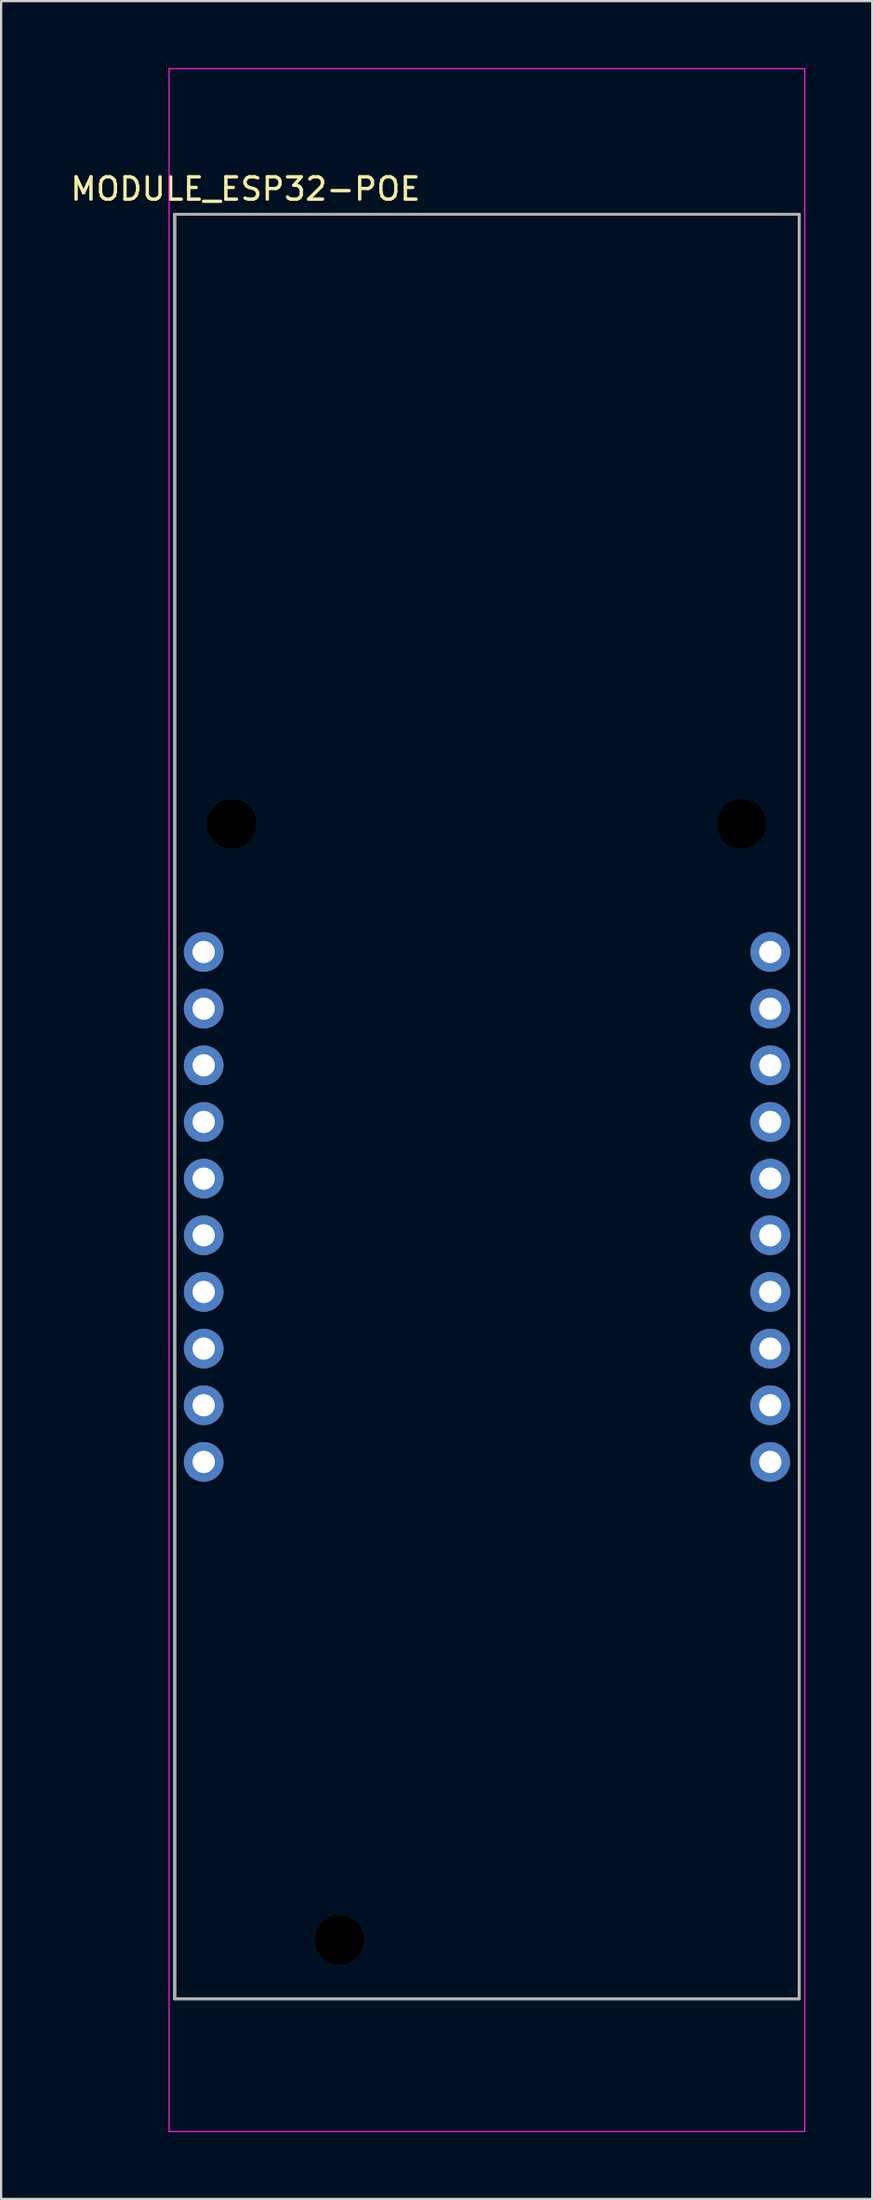
<source format=kicad_pcb>
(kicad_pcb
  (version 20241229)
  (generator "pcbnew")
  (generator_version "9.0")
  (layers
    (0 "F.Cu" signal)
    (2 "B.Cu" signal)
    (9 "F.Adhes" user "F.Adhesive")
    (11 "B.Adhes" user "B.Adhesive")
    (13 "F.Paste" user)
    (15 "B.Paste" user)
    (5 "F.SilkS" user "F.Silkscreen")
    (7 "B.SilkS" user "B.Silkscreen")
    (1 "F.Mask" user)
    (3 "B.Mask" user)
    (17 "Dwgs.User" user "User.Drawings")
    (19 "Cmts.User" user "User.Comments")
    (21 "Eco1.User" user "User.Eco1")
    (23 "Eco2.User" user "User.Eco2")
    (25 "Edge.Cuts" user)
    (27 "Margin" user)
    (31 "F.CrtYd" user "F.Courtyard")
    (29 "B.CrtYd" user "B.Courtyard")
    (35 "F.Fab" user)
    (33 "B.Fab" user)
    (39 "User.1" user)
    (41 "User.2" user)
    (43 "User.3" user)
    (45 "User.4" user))
  (footprint "MODULE_ESP32-POE"
    (layer "F.Cu")
    (at 18.783 46.557)
    (property "Reference" "MODULE_ESP32-POE" (at -10.825 -41.135 0) (layer "F.SilkS") (effects (font (size 1 1) (thickness 0.15))))
    (attr through_hole)
    (fp_line (start -14 -40) (end -14 40) (stroke (width 0.127) (type solid)) (layer "F.SilkS"))
    (fp_line (start -14 40) (end 14 40) (stroke (width 0.127) (type solid)) (layer "F.SilkS"))
    (fp_line (start 14 -40) (end -14 -40) (stroke (width 0.127) (type solid)) (layer "F.SilkS"))
    (fp_line (start 14 40) (end 14 -40) (stroke (width 0.127) (type solid)) (layer "F.SilkS"))
    (fp_line (start -14.25 -46.532) (end -14.25 45.946) (stroke (width 0.05) (type solid)) (layer "F.CrtYd"))
    (fp_line (start -14.25 45.946) (end 14.25 45.946) (stroke (width 0.05) (type solid)) (layer "F.CrtYd"))
    (fp_line (start 14.25 -46.532) (end -14.25 -46.532) (stroke (width 0.05) (type solid)) (layer "F.CrtYd"))
    (fp_line (start 14.25 45.946) (end 14.25 -46.532) (stroke (width 0.05) (type solid)) (layer "F.CrtYd"))
    (fp_line (start -14 -40) (end -14 40) (stroke (width 0.127) (type solid)) (layer "F.Fab"))
    (fp_line (start -14 40) (end 14 40) (stroke (width 0.127) (type solid)) (layer "F.Fab"))
    (fp_line (start 14 -40) (end -14 -40) (stroke (width 0.127) (type solid)) (layer "F.Fab"))
    (fp_line (start 14 40) (end 14 -40) (stroke (width 0.127) (type solid)) (layer "F.Fab"))
    (pad "" np_thru_hole circle (at -11.44 -12.675) (size 2.2 2.2) (drill 2.2) (layers "*.Mask"))
    (pad "" np_thru_hole circle (at -6.614 37.363) (size 2.2 2.2) (drill 2.2) (layers "*.Mask"))
    (pad "" np_thru_hole circle (at 11.42 -12.675) (size 2.2 2.2) (drill 2.2) (layers "*.Mask"))
    (pad "EXT1_1" thru_hole circle (at -12.7 -6.93) (size 1.778 1.778) (drill 1) (layers "*.Cu" "*.Mask"))
    (pad "EXT1_2" thru_hole circle (at -12.7 -4.39) (size 1.778 1.778) (drill 1) (layers "*.Cu" "*.Mask"))
    (pad "EXT1_3" thru_hole circle (at -12.7 -1.85) (size 1.778 1.778) (drill 1) (layers "*.Cu" "*.Mask"))
    (pad "EXT1_4" thru_hole circle (at -12.7 0.69) (size 1.778 1.778) (drill 1) (layers "*.Cu" "*.Mask"))
    (pad "EXT1_5" thru_hole circle (at -12.7 3.23) (size 1.778 1.778) (drill 1) (layers "*.Cu" "*.Mask"))
    (pad "EXT1_6" thru_hole circle (at -12.7 5.77) (size 1.778 1.778) (drill 1) (layers "*.Cu" "*.Mask"))
    (pad "EXT1_7" thru_hole circle (at -12.7 8.31) (size 1.778 1.778) (drill 1) (layers "*.Cu" "*.Mask"))
    (pad "EXT1_8" thru_hole circle (at -12.7 10.85) (size 1.778 1.778) (drill 1) (layers "*.Cu" "*.Mask"))
    (pad "EXT1_9" thru_hole circle (at -12.7 13.39) (size 1.778 1.778) (drill 1) (layers "*.Cu" "*.Mask"))
    (pad "EXT1_10" thru_hole circle (at -12.7 15.93) (size 1.778 1.778) (drill 1) (layers "*.Cu" "*.Mask"))
    (pad "EXT2_1" thru_hole circle (at 12.7 -6.93) (size 1.778 1.778) (drill 1) (layers "*.Cu" "*.Mask"))
    (pad "EXT2_2" thru_hole circle (at 12.7 -4.39) (size 1.778 1.778) (drill 1) (layers "*.Cu" "*.Mask"))
    (pad "EXT2_3" thru_hole circle (at 12.7 -1.85) (size 1.778 1.778) (drill 1) (layers "*.Cu" "*.Mask"))
    (pad "EXT2_4" thru_hole circle (at 12.7 0.69) (size 1.778 1.778) (drill 1) (layers "*.Cu" "*.Mask"))
    (pad "EXT2_5" thru_hole circle (at 12.7 3.23) (size 1.778 1.778) (drill 1) (layers "*.Cu" "*.Mask"))
    (pad "EXT2_6" thru_hole circle (at 12.7 5.77) (size 1.778 1.778) (drill 1) (layers "*.Cu" "*.Mask"))
    (pad "EXT2_7" thru_hole circle (at 12.7 8.31) (size 1.778 1.778) (drill 1) (layers "*.Cu" "*.Mask"))
    (pad "EXT2_8" thru_hole circle (at 12.7 10.85) (size 1.778 1.778) (drill 1) (layers "*.Cu" "*.Mask"))
    (pad "EXT2_9" thru_hole circle (at 12.7 13.39) (size 1.778 1.778) (drill 1) (layers "*.Cu" "*.Mask"))
    (pad "EXT2_10" thru_hole circle (at 12.7 15.93) (size 1.778 1.778) (drill 1) (layers "*.Cu" "*.Mask"))
    (zone (net_name "") (layer "F.Cu") (hatch full 0.508) (connect_pads) (min_thickness 2.65) (filled_areas_thickness no) (keepout (tracks not_allowed) (vias not_allowed) (pads not_allowed) (copperpour not_allowed) (footprints allowed)) (placement (enabled no)) (fill) (polygon (pts (xy 9.993 33.882) (xy 9.981 34.142) (xy 9.942 34.399) (xy 9.879 34.651) (xy 9.792 34.896) (xy 9.68 35.131) (xy 9.547 35.354) (xy 9.392 35.563) (xy 9.217 35.756) (xy 9.024 35.93) (xy 8.816 36.085) (xy 8.593 36.219) (xy 8.357 36.33) (xy 8.113 36.418) (xy 7.86 36.481) (xy 7.603 36.519) (xy 7.343 36.532) (xy 7.084 36.519) (xy 6.826 36.481) (xy 6.574 36.418) (xy 6.329 36.33) (xy 6.094 36.219) (xy 5.871 36.085) (xy 5.662 35.93) (xy 5.47 35.756) (xy 5.295 35.563) (xy 5.14 35.354) (xy 5.006 35.131) (xy 4.895 34.896) (xy 4.807 34.651) (xy 4.744 34.399) (xy 4.706 34.142) (xy 4.693 33.882) (xy 4.706 33.622) (xy 4.744 33.365) (xy 4.807 33.113) (xy 4.895 32.868) (xy 5.006 32.633) (xy 5.14 32.41) (xy 5.295 32.201) (xy 5.47 32.008) (xy 5.662 31.834) (xy 5.871 31.679) (xy 6.094 31.545) (xy 6.329 31.434) (xy 6.574 31.346) (xy 6.826 31.283) (xy 7.084 31.245) (xy 7.343 31.232) (xy 7.603 31.245) (xy 7.86 31.283) (xy 8.113 31.346) (xy 8.357 31.434) (xy 8.593 31.545) (xy 8.816 31.679) (xy 9.024 31.834) (xy 9.217 32.008) (xy 9.392 32.201) (xy 9.547 32.41) (xy 9.68 32.633) (xy 9.792 32.868) (xy 9.879 33.113) (xy 9.942 33.365) (xy 9.981 33.622))))
    (zone (net_name "") (layer "F.Cu") (hatch full 0.508) (connect_pads) (min_thickness 2.65) (filled_areas_thickness no) (keepout (tracks not_allowed) (vias not_allowed) (pads not_allowed) (copperpour not_allowed) (footprints allowed)) (placement (enabled no)) (fill) (polygon (pts (xy 14.819 83.92) (xy 14.807 84.18) (xy 14.768 84.437) (xy 14.705 84.689) (xy 14.618 84.934) (xy 14.506 85.169) (xy 14.373 85.392) (xy 14.218 85.601) (xy 14.043 85.794) (xy 13.85 85.968) (xy 13.642 86.123) (xy 13.419 86.257) (xy 13.183 86.368) (xy 12.939 86.456) (xy 12.686 86.519) (xy 12.429 86.557) (xy 12.169 86.57) (xy 11.91 86.557) (xy 11.652 86.519) (xy 11.4 86.456) (xy 11.155 86.368) (xy 10.92 86.257) (xy 10.697 86.123) (xy 10.488 85.968) (xy 10.296 85.794) (xy 10.121 85.601) (xy 9.966 85.392) (xy 9.832 85.169) (xy 9.721 84.934) (xy 9.633 84.689) (xy 9.57 84.437) (xy 9.532 84.18) (xy 9.519 83.92) (xy 9.532 83.66) (xy 9.57 83.403) (xy 9.633 83.151) (xy 9.721 82.906) (xy 9.832 82.671) (xy 9.966 82.448) (xy 10.121 82.239) (xy 10.296 82.046) (xy 10.488 81.872) (xy 10.697 81.717) (xy 10.92 81.583) (xy 11.155 81.472) (xy 11.4 81.384) (xy 11.652 81.321) (xy 11.91 81.283) (xy 12.169 81.27) (xy 12.429 81.283) (xy 12.686 81.321) (xy 12.939 81.384) (xy 13.183 81.472) (xy 13.419 81.583) (xy 13.642 81.717) (xy 13.85 81.872) (xy 14.043 82.046) (xy 14.218 82.239) (xy 14.373 82.448) (xy 14.506 82.671) (xy 14.618 82.906) (xy 14.705 83.151) (xy 14.768 83.403) (xy 14.807 83.66))))
    (zone (net_name "") (layer "F.Cu") (hatch full 0.508) (connect_pads) (min_thickness 2.65) (filled_areas_thickness no) (keepout (tracks not_allowed) (vias not_allowed) (pads not_allowed) (copperpour not_allowed) (footprints allowed)) (placement (enabled no)) (fill) (polygon (pts (xy 32.853 33.882) (xy 32.841 34.142) (xy 32.802 34.399) (xy 32.739 34.651) (xy 32.652 34.896) (xy 32.54 35.131) (xy 32.407 35.354) (xy 32.252 35.563) (xy 32.077 35.756) (xy 31.884 35.93) (xy 31.676 36.085) (xy 31.453 36.219) (xy 31.217 36.33) (xy 30.973 36.418) (xy 30.72 36.481) (xy 30.463 36.519) (xy 30.203 36.532) (xy 29.944 36.519) (xy 29.686 36.481) (xy 29.434 36.418) (xy 29.189 36.33) (xy 28.954 36.219) (xy 28.731 36.085) (xy 28.522 35.93) (xy 28.329 35.756) (xy 28.155 35.563) (xy 28 35.354) (xy 27.866 35.131) (xy 27.755 34.896) (xy 27.667 34.651) (xy 27.604 34.399) (xy 27.566 34.142) (xy 27.553 33.882) (xy 27.566 33.622) (xy 27.604 33.365) (xy 27.667 33.113) (xy 27.755 32.868) (xy 27.866 32.633) (xy 28 32.41) (xy 28.155 32.201) (xy 28.329 32.008) (xy 28.522 31.834) (xy 28.731 31.679) (xy 28.954 31.545) (xy 29.189 31.434) (xy 29.434 31.346) (xy 29.686 31.283) (xy 29.944 31.245) (xy 30.203 31.232) (xy 30.463 31.245) (xy 30.72 31.283) (xy 30.973 31.346) (xy 31.217 31.434) (xy 31.453 31.545) (xy 31.676 31.679) (xy 31.884 31.834) (xy 32.077 32.008) (xy 32.252 32.201) (xy 32.407 32.41) (xy 32.54 32.633) (xy 32.652 32.868) (xy 32.739 33.113) (xy 32.802 33.365) (xy 32.841 33.622))))
    (zone (net_name "") (layers "F.Cu" "B.Cu") (hatch full 0.508) (connect_pads) (min_thickness 2.65) (filled_areas_thickness no) (keepout (tracks allowed) (vias not_allowed) (pads allowed) (copperpour allowed) (footprints allowed)) (placement (enabled no)) (fill) (polygon (pts (xy 9.993 33.882) (xy 9.981 34.142) (xy 9.942 34.399) (xy 9.879 34.651) (xy 9.792 34.896) (xy 9.68 35.131) (xy 9.547 35.354) (xy 9.392 35.563) (xy 9.217 35.756) (xy 9.024 35.93) (xy 8.816 36.085) (xy 8.593 36.219) (xy 8.357 36.33) (xy 8.113 36.418) (xy 7.86 36.481) (xy 7.603 36.519) (xy 7.343 36.532) (xy 7.084 36.519) (xy 6.826 36.481) (xy 6.574 36.418) (xy 6.329 36.33) (xy 6.094 36.219) (xy 5.871 36.085) (xy 5.662 35.93) (xy 5.47 35.756) (xy 5.295 35.563) (xy 5.14 35.354) (xy 5.006 35.131) (xy 4.895 34.896) (xy 4.807 34.651) (xy 4.744 34.399) (xy 4.706 34.142) (xy 4.693 33.882) (xy 4.706 33.622) (xy 4.744 33.365) (xy 4.807 33.113) (xy 4.895 32.868) (xy 5.006 32.633) (xy 5.14 32.41) (xy 5.295 32.201) (xy 5.47 32.008) (xy 5.662 31.834) (xy 5.871 31.679) (xy 6.094 31.545) (xy 6.329 31.434) (xy 6.574 31.346) (xy 6.826 31.283) (xy 7.084 31.245) (xy 7.343 31.232) (xy 7.603 31.245) (xy 7.86 31.283) (xy 8.113 31.346) (xy 8.357 31.434) (xy 8.593 31.545) (xy 8.816 31.679) (xy 9.024 31.834) (xy 9.217 32.008) (xy 9.392 32.201) (xy 9.547 32.41) (xy 9.68 32.633) (xy 9.792 32.868) (xy 9.879 33.113) (xy 9.942 33.365) (xy 9.981 33.622))))
    (zone (net_name "") (layers "F.Cu" "B.Cu") (hatch full 0.508) (connect_pads) (min_thickness 2.65) (filled_areas_thickness no) (keepout (tracks allowed) (vias not_allowed) (pads allowed) (copperpour allowed) (footprints allowed)) (placement (enabled no)) (fill) (polygon (pts (xy 14.819 83.92) (xy 14.807 84.18) (xy 14.768 84.437) (xy 14.705 84.689) (xy 14.618 84.934) (xy 14.506 85.169) (xy 14.373 85.392) (xy 14.218 85.601) (xy 14.043 85.794) (xy 13.85 85.968) (xy 13.642 86.123) (xy 13.419 86.257) (xy 13.183 86.368) (xy 12.939 86.456) (xy 12.686 86.519) (xy 12.429 86.557) (xy 12.169 86.57) (xy 11.91 86.557) (xy 11.652 86.519) (xy 11.4 86.456) (xy 11.155 86.368) (xy 10.92 86.257) (xy 10.697 86.123) (xy 10.488 85.968) (xy 10.296 85.794) (xy 10.121 85.601) (xy 9.966 85.392) (xy 9.832 85.169) (xy 9.721 84.934) (xy 9.633 84.689) (xy 9.57 84.437) (xy 9.532 84.18) (xy 9.519 83.92) (xy 9.532 83.66) (xy 9.57 83.403) (xy 9.633 83.151) (xy 9.721 82.906) (xy 9.832 82.671) (xy 9.966 82.448) (xy 10.121 82.239) (xy 10.296 82.046) (xy 10.488 81.872) (xy 10.697 81.717) (xy 10.92 81.583) (xy 11.155 81.472) (xy 11.4 81.384) (xy 11.652 81.321) (xy 11.91 81.283) (xy 12.169 81.27) (xy 12.429 81.283) (xy 12.686 81.321) (xy 12.939 81.384) (xy 13.183 81.472) (xy 13.419 81.583) (xy 13.642 81.717) (xy 13.85 81.872) (xy 14.043 82.046) (xy 14.218 82.239) (xy 14.373 82.448) (xy 14.506 82.671) (xy 14.618 82.906) (xy 14.705 83.151) (xy 14.768 83.403) (xy 14.807 83.66))))
    (zone (net_name "") (layers "F.Cu" "B.Cu") (hatch full 0.508) (connect_pads) (min_thickness 2.65) (filled_areas_thickness no) (keepout (tracks allowed) (vias not_allowed) (pads allowed) (copperpour allowed) (footprints allowed)) (placement (enabled no)) (fill) (polygon (pts (xy 32.853 33.882) (xy 32.841 34.142) (xy 32.802 34.399) (xy 32.739 34.651) (xy 32.652 34.896) (xy 32.54 35.131) (xy 32.407 35.354) (xy 32.252 35.563) (xy 32.077 35.756) (xy 31.884 35.93) (xy 31.676 36.085) (xy 31.453 36.219) (xy 31.217 36.33) (xy 30.973 36.418) (xy 30.72 36.481) (xy 30.463 36.519) (xy 30.203 36.532) (xy 29.944 36.519) (xy 29.686 36.481) (xy 29.434 36.418) (xy 29.189 36.33) (xy 28.954 36.219) (xy 28.731 36.085) (xy 28.522 35.93) (xy 28.329 35.756) (xy 28.155 35.563) (xy 28 35.354) (xy 27.866 35.131) (xy 27.755 34.896) (xy 27.667 34.651) (xy 27.604 34.399) (xy 27.566 34.142) (xy 27.553 33.882) (xy 27.566 33.622) (xy 27.604 33.365) (xy 27.667 33.113) (xy 27.755 32.868) (xy 27.866 32.633) (xy 28 32.41) (xy 28.155 32.201) (xy 28.329 32.008) (xy 28.522 31.834) (xy 28.731 31.679) (xy 28.954 31.545) (xy 29.189 31.434) (xy 29.434 31.346) (xy 29.686 31.283) (xy 29.944 31.245) (xy 30.203 31.232) (xy 30.463 31.245) (xy 30.72 31.283) (xy 30.973 31.346) (xy 31.217 31.434) (xy 31.453 31.545) (xy 31.676 31.679) (xy 31.884 31.834) (xy 32.077 32.008) (xy 32.252 32.201) (xy 32.407 32.41) (xy 32.54 32.633) (xy 32.652 32.868) (xy 32.739 33.113) (xy 32.802 33.365) (xy 32.841 33.622))))
    (zone (net_name "") (layer "B.Cu") (hatch full 0.508) (connect_pads) (min_thickness 2.65) (filled_areas_thickness no) (keepout (tracks not_allowed) (vias not_allowed) (pads not_allowed) (copperpour not_allowed) (footprints allowed)) (placement (enabled no)) (fill) (polygon (pts (xy 9.993 33.882) (xy 9.981 34.142) (xy 9.942 34.399) (xy 9.879 34.651) (xy 9.792 34.896) (xy 9.68 35.131) (xy 9.547 35.354) (xy 9.392 35.563) (xy 9.217 35.756) (xy 9.024 35.93) (xy 8.816 36.085) (xy 8.593 36.219) (xy 8.357 36.33) (xy 8.113 36.418) (xy 7.86 36.481) (xy 7.603 36.519) (xy 7.343 36.532) (xy 7.084 36.519) (xy 6.826 36.481) (xy 6.574 36.418) (xy 6.329 36.33) (xy 6.094 36.219) (xy 5.871 36.085) (xy 5.662 35.93) (xy 5.47 35.756) (xy 5.295 35.563) (xy 5.14 35.354) (xy 5.006 35.131) (xy 4.895 34.896) (xy 4.807 34.651) (xy 4.744 34.399) (xy 4.706 34.142) (xy 4.693 33.882) (xy 4.706 33.622) (xy 4.744 33.365) (xy 4.807 33.113) (xy 4.895 32.868) (xy 5.006 32.633) (xy 5.14 32.41) (xy 5.295 32.201) (xy 5.47 32.008) (xy 5.662 31.834) (xy 5.871 31.679) (xy 6.094 31.545) (xy 6.329 31.434) (xy 6.574 31.346) (xy 6.826 31.283) (xy 7.084 31.245) (xy 7.343 31.232) (xy 7.603 31.245) (xy 7.86 31.283) (xy 8.113 31.346) (xy 8.357 31.434) (xy 8.593 31.545) (xy 8.816 31.679) (xy 9.024 31.834) (xy 9.217 32.008) (xy 9.392 32.201) (xy 9.547 32.41) (xy 9.68 32.633) (xy 9.792 32.868) (xy 9.879 33.113) (xy 9.942 33.365) (xy 9.981 33.622))))
    (zone (net_name "") (layer "B.Cu") (hatch full 0.508) (connect_pads) (min_thickness 2.65) (filled_areas_thickness no) (keepout (tracks not_allowed) (vias not_allowed) (pads not_allowed) (copperpour not_allowed) (footprints allowed)) (placement (enabled no)) (fill) (polygon (pts (xy 14.819 83.92) (xy 14.807 84.18) (xy 14.768 84.437) (xy 14.705 84.689) (xy 14.618 84.934) (xy 14.506 85.169) (xy 14.373 85.392) (xy 14.218 85.601) (xy 14.043 85.794) (xy 13.85 85.968) (xy 13.642 86.123) (xy 13.419 86.257) (xy 13.183 86.368) (xy 12.939 86.456) (xy 12.686 86.519) (xy 12.429 86.557) (xy 12.169 86.57) (xy 11.91 86.557) (xy 11.652 86.519) (xy 11.4 86.456) (xy 11.155 86.368) (xy 10.92 86.257) (xy 10.697 86.123) (xy 10.488 85.968) (xy 10.296 85.794) (xy 10.121 85.601) (xy 9.966 85.392) (xy 9.832 85.169) (xy 9.721 84.934) (xy 9.633 84.689) (xy 9.57 84.437) (xy 9.532 84.18) (xy 9.519 83.92) (xy 9.532 83.66) (xy 9.57 83.403) (xy 9.633 83.151) (xy 9.721 82.906) (xy 9.832 82.671) (xy 9.966 82.448) (xy 10.121 82.239) (xy 10.296 82.046) (xy 10.488 81.872) (xy 10.697 81.717) (xy 10.92 81.583) (xy 11.155 81.472) (xy 11.4 81.384) (xy 11.652 81.321) (xy 11.91 81.283) (xy 12.169 81.27) (xy 12.429 81.283) (xy 12.686 81.321) (xy 12.939 81.384) (xy 13.183 81.472) (xy 13.419 81.583) (xy 13.642 81.717) (xy 13.85 81.872) (xy 14.043 82.046) (xy 14.218 82.239) (xy 14.373 82.448) (xy 14.506 82.671) (xy 14.618 82.906) (xy 14.705 83.151) (xy 14.768 83.403) (xy 14.807 83.66))))
    (zone (net_name "") (layer "B.Cu") (hatch full 0.508) (connect_pads) (min_thickness 2.65) (filled_areas_thickness no) (keepout (tracks not_allowed) (vias not_allowed) (pads not_allowed) (copperpour not_allowed) (footprints allowed)) (placement (enabled no)) (fill) (polygon (pts (xy 32.853 33.882) (xy 32.841 34.142) (xy 32.802 34.399) (xy 32.739 34.651) (xy 32.652 34.896) (xy 32.54 35.131) (xy 32.407 35.354) (xy 32.252 35.563) (xy 32.077 35.756) (xy 31.884 35.93) (xy 31.676 36.085) (xy 31.453 36.219) (xy 31.217 36.33) (xy 30.973 36.418) (xy 30.72 36.481) (xy 30.463 36.519) (xy 30.203 36.532) (xy 29.944 36.519) (xy 29.686 36.481) (xy 29.434 36.418) (xy 29.189 36.33) (xy 28.954 36.219) (xy 28.731 36.085) (xy 28.522 35.93) (xy 28.329 35.756) (xy 28.155 35.563) (xy 28 35.354) (xy 27.866 35.131) (xy 27.755 34.896) (xy 27.667 34.651) (xy 27.604 34.399) (xy 27.566 34.142) (xy 27.553 33.882) (xy 27.566 33.622) (xy 27.604 33.365) (xy 27.667 33.113) (xy 27.755 32.868) (xy 27.866 32.633) (xy 28 32.41) (xy 28.155 32.201) (xy 28.329 32.008) (xy 28.522 31.834) (xy 28.731 31.679) (xy 28.954 31.545) (xy 29.189 31.434) (xy 29.434 31.346) (xy 29.686 31.283) (xy 29.944 31.245) (xy 30.203 31.232) (xy 30.463 31.245) (xy 30.72 31.283) (xy 30.973 31.346) (xy 31.217 31.434) (xy 31.453 31.545) (xy 31.676 31.679) (xy 31.884 31.834) (xy 32.077 32.008) (xy 32.252 32.201) (xy 32.407 32.41) (xy 32.54 32.633) (xy 32.652 32.868) (xy 32.739 33.113) (xy 32.802 33.365) (xy 32.841 33.622)))))
  (gr_rect
    (start -3 -3)
    (end 36.058 95.528)
    (stroke (width 0.1) (type default))
    (fill no)
    (layer "Edge.Cuts")))
</source>
